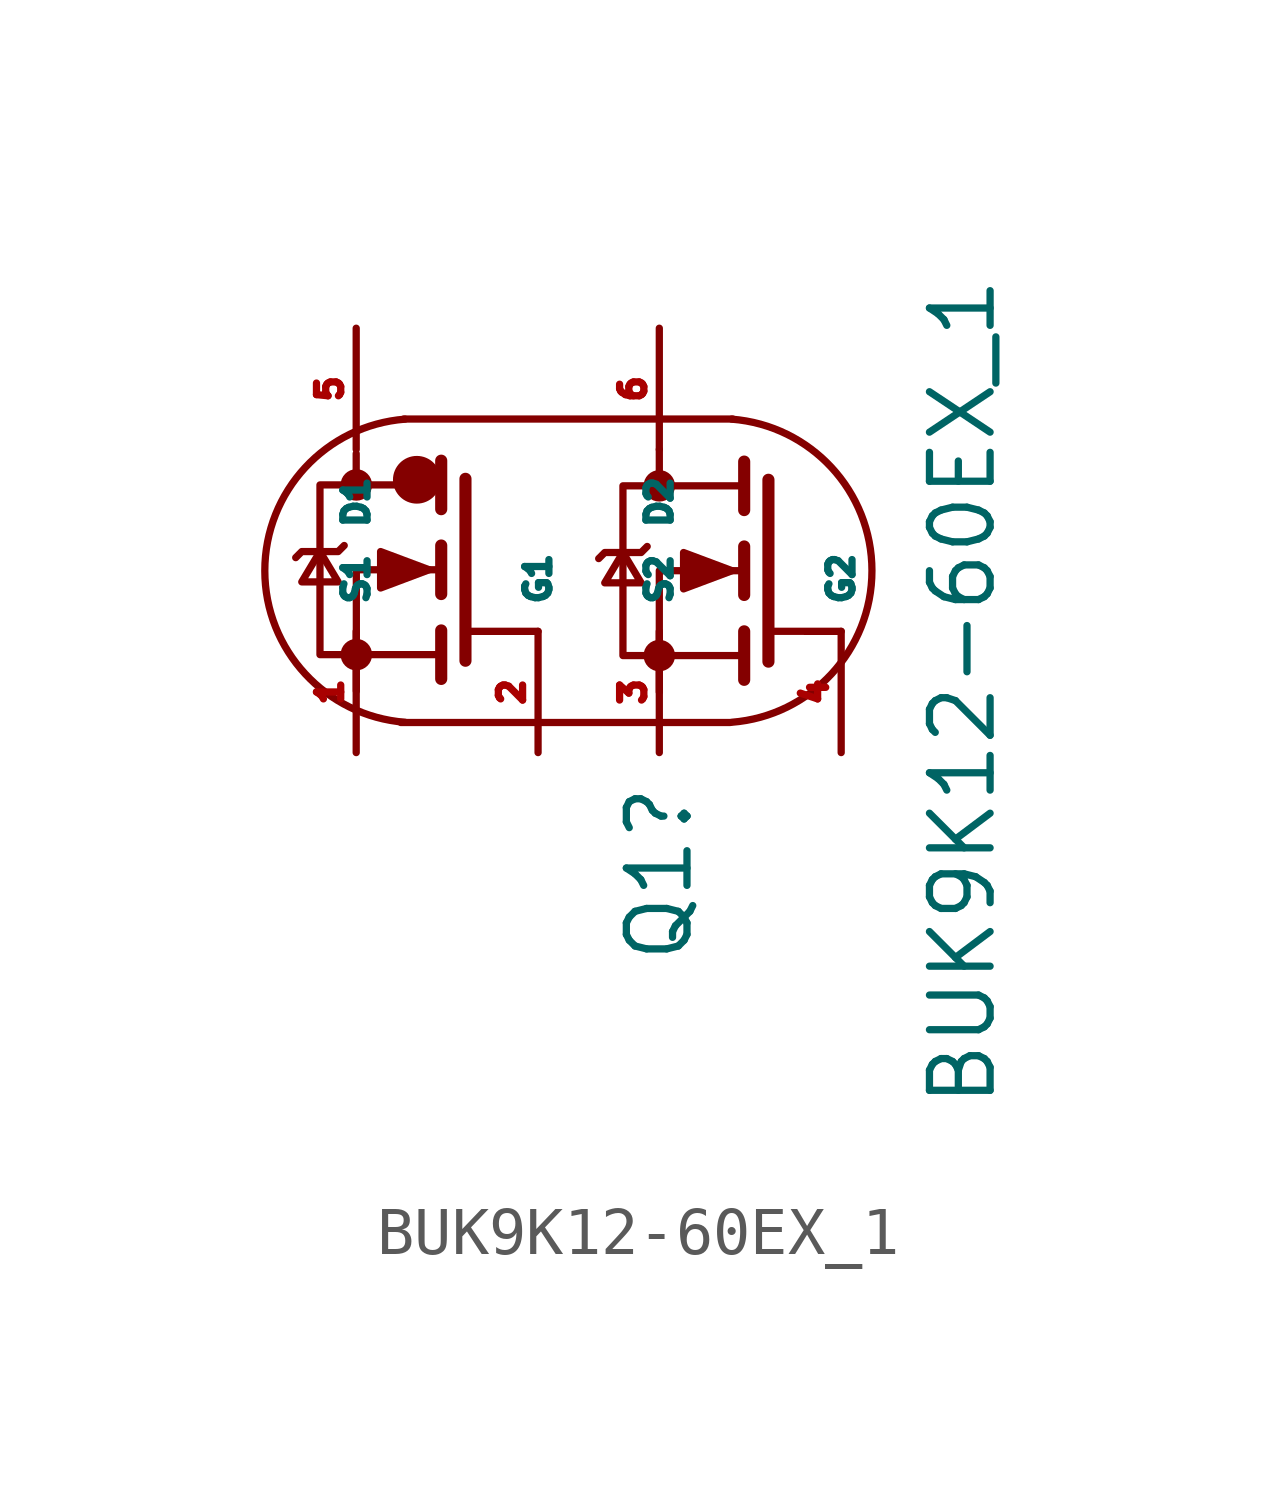
<source format=kicad_sym>
(kicad_symbol_lib
  (version 20220914)
  (generator kicad_symbol_editor)
  (symbol "BUK9K12-60EX_1"
    (property "Reference" "Q1"
      (at 1.27 -5.08 90)
      (effects (font (size 1.27 1.27))))
    (property "Value" "BUK9K12-60EX_1"
      (at 7.62 -1.27 90)
      (effects (font (size 1.27 1.27))))
    (symbol "BUK9K12-60EX_1_0_1"
      (circle (center -5.077 -0.488) (radius 0.254) (stroke (width 0) (type default)) (fill (type outline)))
      (circle (center -5.077 3.067) (radius 0.254) (stroke (width 0) (type default)) (fill (type outline)))
      (arc (start -4.0571 4.445) (mid -6.9946 1.27) (end -4.0571 -1.905) (stroke (width 0) (type default)) (fill (type none)))
      (arc (start -3.81 3.175) (mid -3.81 3.175) (end -3.81 3.175) (stroke (width 1) (type default)) (fill (type none)))
      (polyline (pts (xy -5.08 3.723) (xy -5.08 2.961)) (stroke (width 0) (type default)) (fill (type none)))
      (polyline (pts (xy -3.299 0.019) (xy -3.299 -0.997)) (stroke (width 0.254) (type default)) (fill (type none)))
      (polyline (pts (xy -3.299 1.798) (xy -3.299 0.781)) (stroke (width 0.254) (type default)) (fill (type none)))
      (polyline (pts (xy -3.299 3.575) (xy -3.299 2.559)) (stroke (width 0.254) (type default)) (fill (type none)))
      (polyline (pts (xy -2.791 3.195) (xy -2.791 -0.616)) (stroke (width 0.254) (type default)) (fill (type none)))
      (polyline (pts (xy -2.709 0) (xy -1.27 0)) (stroke (width 0) (type default)) (fill (type none)))
      (polyline (pts (xy 1.27 3.81) (xy 1.27 3.048)) (stroke (width 0) (type default)) (fill (type none)))
      (polyline (pts (xy 2.751 -1.91) (xy -4.145 -1.91)) (stroke (width 0) (type default)) (fill (type none)))
      (polyline (pts (xy 2.812 4.447) (xy -4.085 4.447)) (stroke (width 0) (type default)) (fill (type none)))
      (polyline (pts (xy 3.048 0) (xy 3.048 -1.016)) (stroke (width 0.254) (type default)) (fill (type none)))
      (polyline (pts (xy 3.048 1.778) (xy 3.048 0.762)) (stroke (width 0.254) (type default)) (fill (type none)))
      (polyline (pts (xy 3.048 3.556) (xy 3.048 2.54)) (stroke (width 0.254) (type default)) (fill (type none)))
      (polyline (pts (xy 3.556 3.175) (xy 3.556 -0.635)) (stroke (width 0.254) (type default)) (fill (type none)))
      (polyline (pts (xy 3.615 0.0001) (xy 5.08 0)) (stroke (width 0) (type default)) (fill (type none)))
      (polyline (pts (xy -5.077 -1.25) (xy -5.077 1.29) (xy -3.299 1.29)) (stroke (width 0) (type default)) (fill (type none)))
      (polyline (pts (xy 1.27 -1.27) (xy 1.27 1.27) (xy 3.048 1.27)) (stroke (width 0) (type default)) (fill (type none)))
      (polyline (pts (xy -5.839 1.671) (xy -5.458 1.036) (xy -6.22 1.036) (xy -5.839 1.671)) (stroke (width 0) (type default)) (fill (type none)))
      (polyline (pts (xy -5.331 1.798) (xy -5.458 1.671) (xy -6.22 1.671) (xy -6.347 1.544)) (stroke (width 0) (type default)) (fill (type none)))
      (polyline (pts (xy -3.553 1.29) (xy -4.569 1.671) (xy -4.569 0.908) (xy -3.553 1.29)) (stroke (width 0) (type default)) (fill (type outline)))
      (polyline (pts (xy -3.299 -0.488) (xy -5.839 -0.488) (xy -5.839 3.067) (xy -3.299 3.067)) (stroke (width 0) (type default)) (fill (type none)))
      (polyline (pts (xy 0.508 1.651) (xy 0.889 1.016) (xy 0.127 1.016) (xy 0.508 1.651)) (stroke (width 0) (type default)) (fill (type none)))
      (polyline (pts (xy 1.016 1.778) (xy 0.889 1.651) (xy 0.127 1.651) (xy 0 1.524)) (stroke (width 0) (type default)) (fill (type none)))
      (polyline (pts (xy 2.794 1.27) (xy 1.778 1.651) (xy 1.778 0.889) (xy 2.794 1.27)) (stroke (width 0) (type default)) (fill (type outline)))
      (polyline (pts (xy 3.048 -0.508) (xy 0.508 -0.508) (xy 0.508 3.048) (xy 3.048 3.048)) (stroke (width 0) (type default)) (fill (type none)))
      (circle (center 1.27 -0.508) (radius 0.254) (stroke (width 0) (type default)) (fill (type outline)))
      (circle (center 1.27 3.048) (radius 0.254) (stroke (width 0) (type default)) (fill (type outline)))
      (arc (start 2.7871 -1.905) (mid 5.7246 1.27) (end 2.7871 4.445) (stroke (width 0) (type default)) (fill (type none))))
    (symbol "BUK9K12-60EX_1_1_1"
      (pin passive line (at -5.08 -2.54 90) (length 2.54) (name "S1" (effects (font (size 0.508 0.508)))) (number "1" (effects (font (size 0.508 0.508)))))
      (pin passive line (at -1.27 -2.54 90) (length 2.54) (name "G1" (effects (font (size 0.508 0.508)))) (number "2" (effects (font (size 0.508 0.508)))))
      (pin passive line (at 1.27 -2.54 90) (length 2.54) (name "S2" (effects (font (size 0.508 0.508)))) (number "3" (effects (font (size 0.508 0.508)))))
      (pin passive line (at 5.08 -2.54 90) (length 2.54) (name "G2" (effects (font (size 0.508 0.508)))) (number "4" (effects (font (size 0.508 0.508)))))
      (pin passive line (at -5.08 6.35 270) (length 2.54) (name "D1" (effects (font (size 0.508 0.508)))) (number "5" (effects (font (size 0.508 0.508)))))
      (pin passive line (at 1.27 6.35 270) (length 2.54) (name "D2" (effects (font (size 0.508 0.508)))) (number "6" (effects (font (size 0.508 0.508))))))))
</source>
